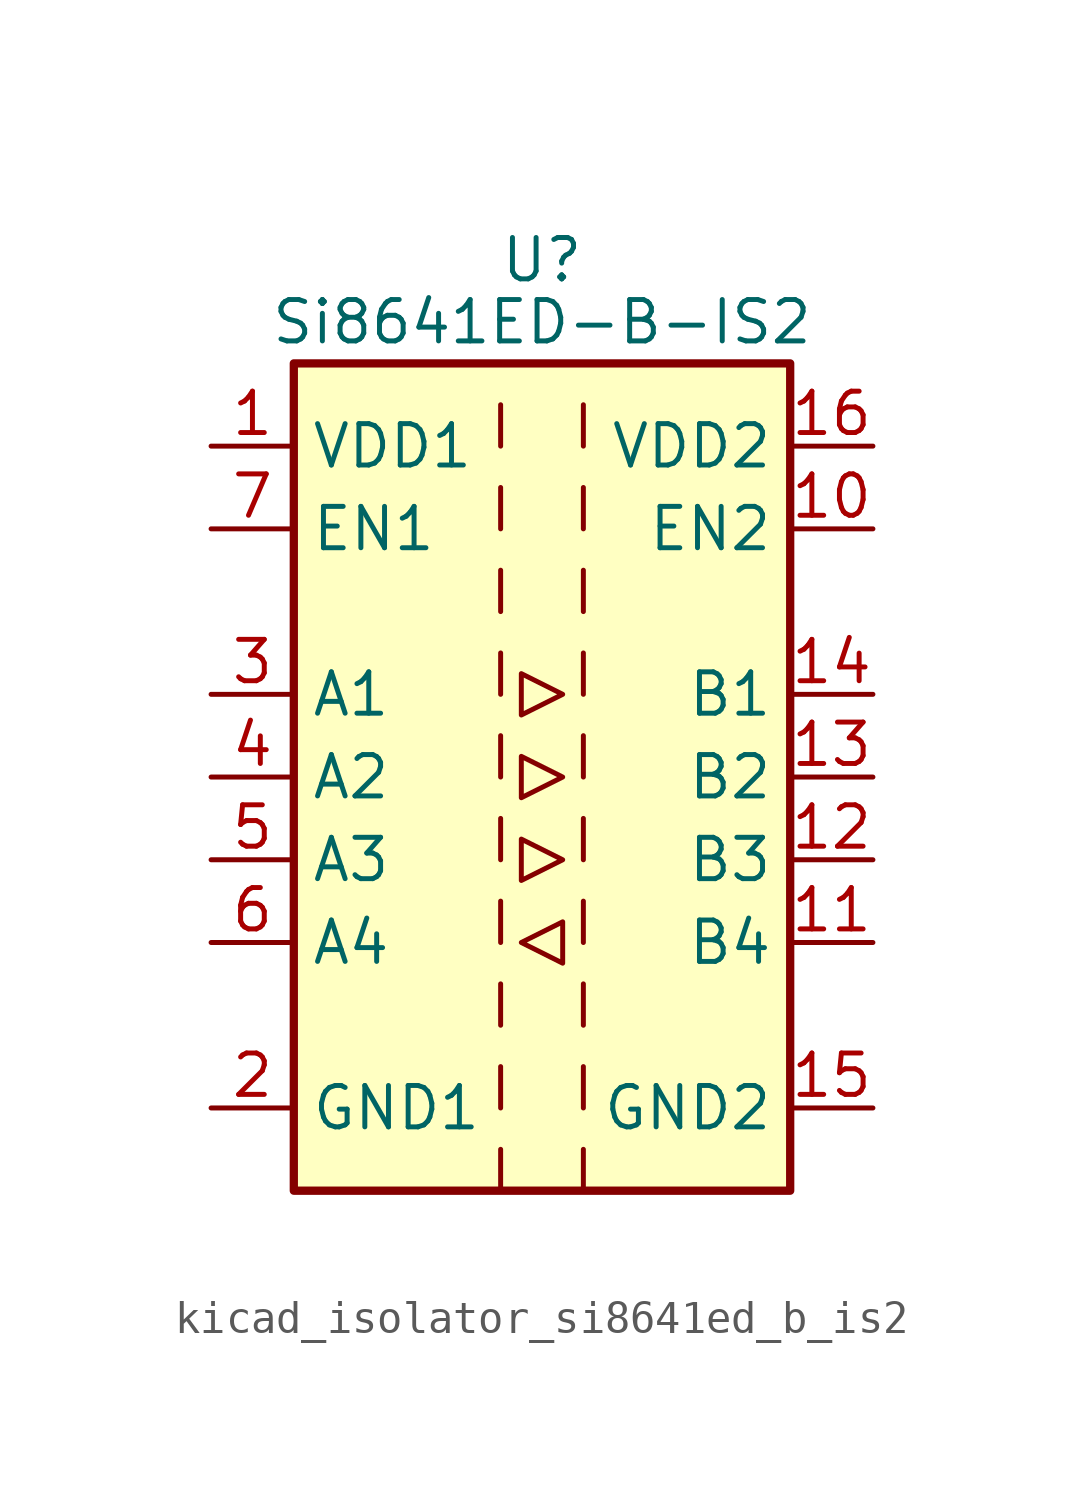
<source format=kicad_sym>
(kicad_symbol_lib
  (version 20220914)
  (generator kicad_symbol_editor)
  (symbol "kicad_isolator_si8641ed_b_is2"
    (property "Reference" "U"
      (at 0 15.875 0)
      (effects (font (size 1.27 1.27))))
    (property "Value" "Si8641ED-B-IS2"
      (at 0 13.97 0)
      (effects (font (size 1.27 1.27))))
    (symbol "kicad_isolator_si8641ed_b_is2_0_1"
      (rectangle (start -7.62 12.7) (end 7.62 -12.7) (stroke (width 0.254) (type default)) (fill (type background)))
      (polyline (pts (xy -1.27 -11.43) (xy -1.27 -12.7)) (stroke (width 0) (type default)) (fill (type none)))
      (polyline (pts (xy -1.27 -8.89) (xy -1.27 -10.16)) (stroke (width 0) (type default)) (fill (type none)))
      (polyline (pts (xy -1.27 -6.35) (xy -1.27 -7.62)) (stroke (width 0) (type default)) (fill (type none)))
      (polyline (pts (xy -1.27 -3.81) (xy -1.27 -5.08)) (stroke (width 0) (type default)) (fill (type none)))
      (polyline (pts (xy -1.27 -1.27) (xy -1.27 -2.54)) (stroke (width 0) (type default)) (fill (type none)))
      (polyline (pts (xy -1.27 1.27) (xy -1.27 0)) (stroke (width 0) (type default)) (fill (type none)))
      (polyline (pts (xy -1.27 3.81) (xy -1.27 2.54)) (stroke (width 0) (type default)) (fill (type none)))
      (polyline (pts (xy -1.27 6.35) (xy -1.27 5.08)) (stroke (width 0) (type default)) (fill (type none)))
      (polyline (pts (xy -1.27 8.89) (xy -1.27 7.62)) (stroke (width 0) (type default)) (fill (type none)))
      (polyline (pts (xy -1.27 11.43) (xy -1.27 10.16)) (stroke (width 0) (type default)) (fill (type none)))
      (polyline (pts (xy 1.27 -11.43) (xy 1.27 -12.7)) (stroke (width 0) (type default)) (fill (type none)))
      (polyline (pts (xy 1.27 -8.89) (xy 1.27 -10.16)) (stroke (width 0) (type default)) (fill (type none)))
      (polyline (pts (xy 1.27 -6.35) (xy 1.27 -7.62)) (stroke (width 0) (type default)) (fill (type none)))
      (polyline (pts (xy 1.27 -3.81) (xy 1.27 -5.08)) (stroke (width 0) (type default)) (fill (type none)))
      (polyline (pts (xy 1.27 -1.27) (xy 1.27 -2.54)) (stroke (width 0) (type default)) (fill (type none)))
      (polyline (pts (xy 1.27 1.27) (xy 1.27 0)) (stroke (width 0) (type default)) (fill (type none)))
      (polyline (pts (xy 1.27 3.81) (xy 1.27 2.54)) (stroke (width 0) (type default)) (fill (type none)))
      (polyline (pts (xy 1.27 6.35) (xy 1.27 5.08)) (stroke (width 0) (type default)) (fill (type none)))
      (polyline (pts (xy 1.27 8.89) (xy 1.27 7.62)) (stroke (width 0) (type default)) (fill (type none)))
      (polyline (pts (xy 1.27 11.43) (xy 1.27 10.16)) (stroke (width 0) (type default)) (fill (type none)))
      (polyline (pts (xy -0.635 -5.08) (xy 0.635 -4.445) (xy 0.635 -5.715) (xy -0.635 -5.08)) (stroke (width 0) (type default)) (fill (type none)))
      (polyline (pts (xy -0.635 0.635) (xy -0.635 -0.635) (xy 0.635 0) (xy -0.635 0.635)) (stroke (width 0) (type default)) (fill (type none)))
      (polyline (pts (xy -0.635 3.175) (xy -0.635 1.905) (xy 0.635 2.54) (xy -0.635 3.175)) (stroke (width 0) (type default)) (fill (type none)))
      (polyline (pts (xy 0.635 -2.54) (xy -0.635 -1.905) (xy -0.635 -3.175) (xy 0.635 -2.54)) (stroke (width 0) (type default)) (fill (type none))))
    (symbol "kicad_isolator_si8641ed_b_is2_1_1"
      (pin power_in line (at -10.16 10.16 0) (length 2.54) (name "VDD1" (effects (font (size 1.27 1.27)))) (number "1" (effects (font (size 1.27 1.27)))))
      (pin input line (at 10.16 7.62 180) (length 2.54) (name "EN2" (effects (font (size 1.27 1.27)))) (number "10" (effects (font (size 1.27 1.27)))))
      (pin input line (at 10.16 -5.08 180) (length 2.54) (name "B4" (effects (font (size 1.27 1.27)))) (number "11" (effects (font (size 1.27 1.27)))))
      (pin output line (at 10.16 -2.54 180) (length 2.54) (name "B3" (effects (font (size 1.27 1.27)))) (number "12" (effects (font (size 1.27 1.27)))))
      (pin output line (at 10.16 0 180) (length 2.54) (name "B2" (effects (font (size 1.27 1.27)))) (number "13" (effects (font (size 1.27 1.27)))))
      (pin output line (at 10.16 2.54 180) (length 2.54) (name "B1" (effects (font (size 1.27 1.27)))) (number "14" (effects (font (size 1.27 1.27)))))
      (pin power_in line (at 10.16 -10.16 180) (length 2.54) (name "GND2" (effects (font (size 1.27 1.27)))) (number "15" (effects (font (size 1.27 1.27)))))
      (pin power_in line (at 10.16 10.16 180) (length 2.54) (name "VDD2" (effects (font (size 1.27 1.27)))) (number "16" (effects (font (size 1.27 1.27)))))
      (pin power_in line (at -10.16 -10.16 0) (length 2.54) (name "GND1" (effects (font (size 1.27 1.27)))) (number "2" (effects (font (size 1.27 1.27)))))
      (pin input line (at -10.16 2.54 0) (length 2.54) (name "A1" (effects (font (size 1.27 1.27)))) (number "3" (effects (font (size 1.27 1.27)))))
      (pin input line (at -10.16 0 0) (length 2.54) (name "A2" (effects (font (size 1.27 1.27)))) (number "4" (effects (font (size 1.27 1.27)))))
      (pin input line (at -10.16 -2.54 0) (length 2.54) (name "A3" (effects (font (size 1.27 1.27)))) (number "5" (effects (font (size 1.27 1.27)))))
      (pin output line (at -10.16 -5.08 0) (length 2.54) (name "A4" (effects (font (size 1.27 1.27)))) (number "6" (effects (font (size 1.27 1.27)))))
      (pin input line (at -10.16 7.62 0) (length 2.54) (name "EN1" (effects (font (size 1.27 1.27)))) (number "7" (effects (font (size 1.27 1.27)))))
      (pin passive line (at -10.16 -10.16 0) (length 2.54) hide (name "GND1" (effects (font (size 1.27 1.27)))) (number "8" (effects (font (size 1.27 1.27)))))
      (pin passive line (at 10.16 -10.16 180) (length 2.54) hide (name "GND2" (effects (font (size 1.27 1.27)))) (number "9" (effects (font (size 1.27 1.27))))))))
</source>
